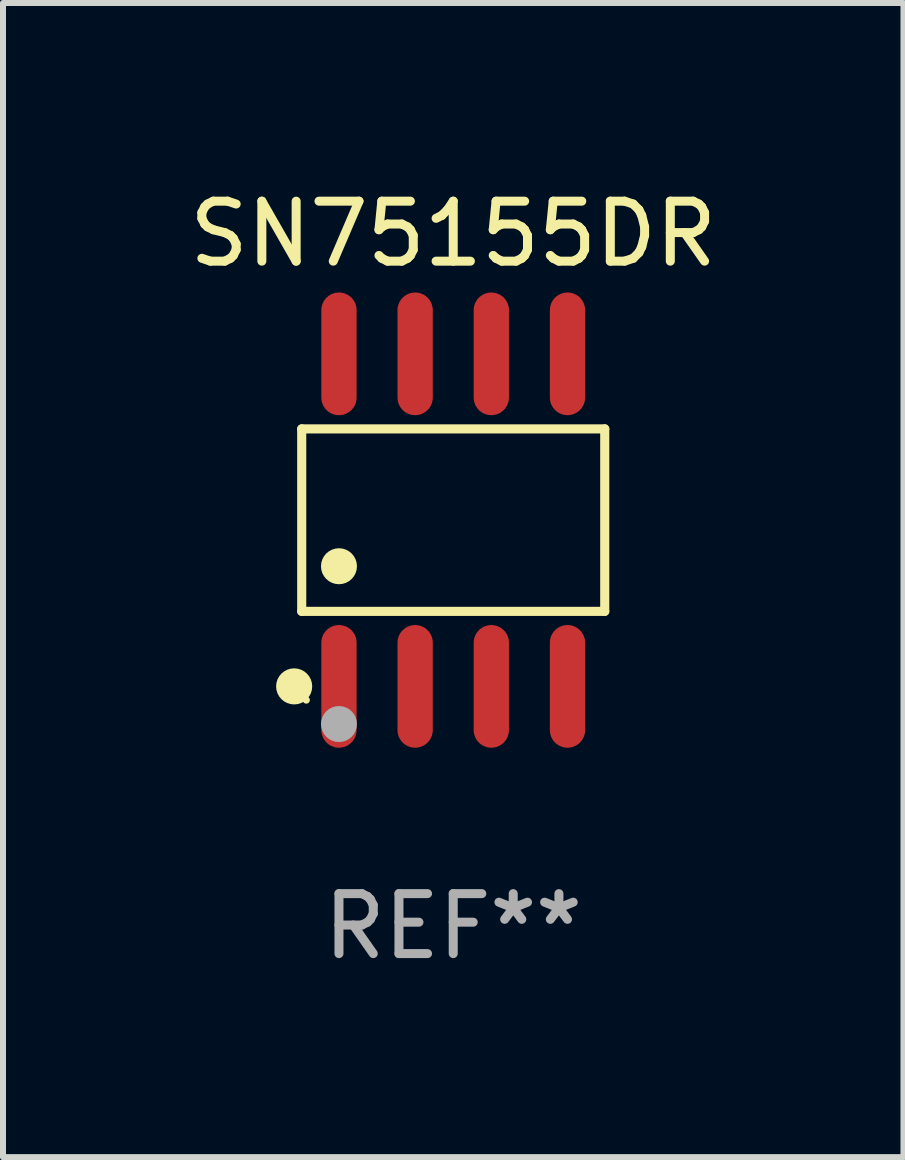
<source format=kicad_pcb>
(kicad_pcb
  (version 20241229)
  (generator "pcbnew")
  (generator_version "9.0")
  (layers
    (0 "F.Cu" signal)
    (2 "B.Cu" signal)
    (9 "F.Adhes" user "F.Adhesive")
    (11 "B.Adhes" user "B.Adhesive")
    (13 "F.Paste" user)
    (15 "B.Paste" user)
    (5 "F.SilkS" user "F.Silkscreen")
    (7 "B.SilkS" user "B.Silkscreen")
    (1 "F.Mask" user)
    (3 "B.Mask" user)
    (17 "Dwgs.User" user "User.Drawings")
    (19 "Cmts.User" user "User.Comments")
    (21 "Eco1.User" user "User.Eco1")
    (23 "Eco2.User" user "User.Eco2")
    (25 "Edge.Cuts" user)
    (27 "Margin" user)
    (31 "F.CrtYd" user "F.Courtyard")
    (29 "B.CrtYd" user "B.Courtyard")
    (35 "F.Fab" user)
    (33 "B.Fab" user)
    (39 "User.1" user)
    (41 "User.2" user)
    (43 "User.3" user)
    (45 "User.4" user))
  (footprint "SN75155DR"
    (layer "F.Cu")
    (at 4.506 5.621)
    (property "Reference" "SN75155DR" (at 0 -4.772 0) (layer "F.SilkS") (effects (font (size 1 1) (thickness 0.15))))
    (attr through_hole)
    (fp_line (start -2.526 -1.521) (end 2.526 -1.521) (stroke (width 0.152) (type solid)) (layer "F.SilkS"))
    (fp_line (start -2.526 1.521) (end -2.526 -1.521) (stroke (width 0.152) (type solid)) (layer "F.SilkS"))
    (fp_line (start 2.526 -1.521) (end 2.526 1.521) (stroke (width 0.152) (type solid)) (layer "F.SilkS"))
    (fp_line (start 2.526 1.521) (end -2.526 1.521) (stroke (width 0.152) (type solid)) (layer "F.SilkS"))
    (fp_circle (center -2.652 2.772) (end -2.501 2.772) (stroke (width 0.3) (type solid)) (fill no) (layer "F.SilkS"))
    (fp_circle (center -2.45 3) (end -2.42 3) (stroke (width 0.06) (type solid)) (fill no) (layer "F.SilkS"))
    (fp_circle (center -1.905 0.769) (end -1.755 0.769) (stroke (width 0.3) (type solid)) (fill no) (layer "F.SilkS"))
    (fp_circle (center -1.905 3.4) (end -1.755 3.4) (stroke (width 0.3) (type solid)) (fill no) (layer "F.Fab"))
    (fp_text user "REF**" (at 0 6.772 0) (layer "F.Fab") (effects (font (size 1 1) (thickness 0.15))))
    (pad "1" smd oval (at -1.905 2.772) (size 0.588 2.045) (layers "F.Cu" "F.Mask" "F.Paste"))
    (pad "2" smd oval (at -0.635 2.772) (size 0.588 2.045) (layers "F.Cu" "F.Mask" "F.Paste"))
    (pad "3" smd oval (at 0.635 2.772) (size 0.588 2.045) (layers "F.Cu" "F.Mask" "F.Paste"))
    (pad "4" smd oval (at 1.905 2.772) (size 0.588 2.045) (layers "F.Cu" "F.Mask" "F.Paste"))
    (pad "5" smd oval (at 1.905 -2.772) (size 0.588 2.045) (layers "F.Cu" "F.Mask" "F.Paste"))
    (pad "6" smd oval (at 0.635 -2.772) (size 0.588 2.045) (layers "F.Cu" "F.Mask" "F.Paste"))
    (pad "7" smd oval (at -0.635 -2.772) (size 0.588 2.045) (layers "F.Cu" "F.Mask" "F.Paste"))
    (pad "8" smd oval (at -1.905 -2.772) (size 0.588 2.045) (layers "F.Cu" "F.Mask" "F.Paste")))
  (gr_rect
    (start -3 -3)
    (end 12.012 16.241)
    (stroke (width 0.1) (type default))
    (fill no)
    (layer "Edge.Cuts")))
</source>
